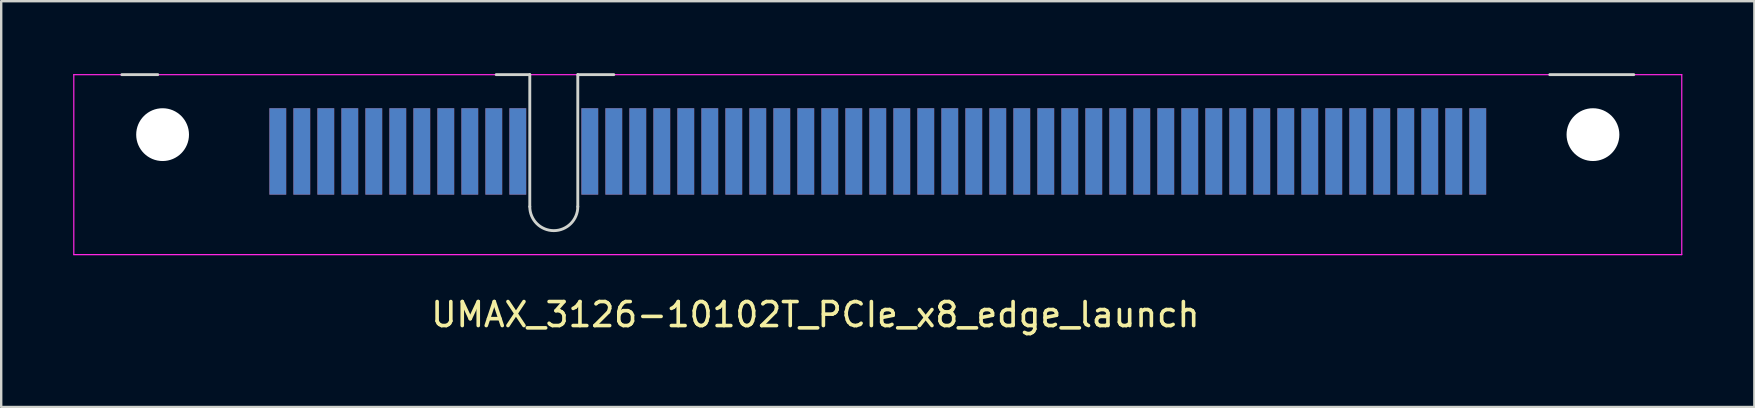
<source format=kicad_pcb>
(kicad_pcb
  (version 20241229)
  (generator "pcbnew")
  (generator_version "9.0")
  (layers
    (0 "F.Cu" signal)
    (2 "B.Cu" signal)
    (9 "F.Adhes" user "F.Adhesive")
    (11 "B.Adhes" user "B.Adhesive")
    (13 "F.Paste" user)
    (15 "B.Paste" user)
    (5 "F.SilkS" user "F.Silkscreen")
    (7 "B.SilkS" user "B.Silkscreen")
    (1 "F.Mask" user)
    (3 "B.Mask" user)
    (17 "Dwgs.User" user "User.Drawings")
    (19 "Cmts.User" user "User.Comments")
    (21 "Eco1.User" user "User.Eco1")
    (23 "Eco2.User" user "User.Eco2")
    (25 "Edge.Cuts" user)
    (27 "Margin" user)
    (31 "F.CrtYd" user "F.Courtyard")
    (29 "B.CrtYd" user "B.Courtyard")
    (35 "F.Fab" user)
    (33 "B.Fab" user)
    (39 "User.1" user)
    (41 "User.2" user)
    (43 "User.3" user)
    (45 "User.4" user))
  (footprint "UMAX_3126-10102T_PCIe_x8_edge_launch"
    (layer "F.Cu")
    (at 8.525 3.26)
    (property "Reference" "UMAX_3126-10102T_PCIe_x8_edge_launch" (at 22.4 6.8 0) (layer "F.SilkS") (effects (font (size 1 1) (thickness 0.15))))
    (attr through_hole)
    (fp_line (start -6.5 -3.2) (end -5 -3.2) (stroke (width 0.12) (type solid)) (layer "Edge.Cuts"))
    (fp_line (start 9.1 -3.2) (end 10.5 -3.2) (stroke (width 0.12) (type solid)) (layer "Edge.Cuts"))
    (fp_line (start 10.5 -3.2) (end 10.5 2.3) (stroke (width 0.12) (type solid)) (layer "Edge.Cuts"))
    (fp_line (start 12.5 -3.2) (end 14 -3.2) (stroke (width 0.12) (type solid)) (layer "Edge.Cuts"))
    (fp_line (start 12.5 2.3) (end 12.5 -3.2) (stroke (width 0.12) (type solid)) (layer "Edge.Cuts"))
    (fp_line (start 53 -3.2) (end 56.5 -3.2) (stroke (width 0.12) (type solid)) (layer "Edge.Cuts"))
    (fp_arc (start 12.5 2.3) (mid 11.5 3.3) (end 10.5 2.3) (stroke (width 0.12) (type solid)) (layer "Edge.Cuts"))
    (fp_line (start -8.5 -3.2) (end 58.5 -3.2) (stroke (width 0.05) (type solid)) (layer "F.CrtYd"))
    (fp_line (start -8.5 4.3) (end -8.5 -3.2) (stroke (width 0.05) (type solid)) (layer "F.CrtYd"))
    (fp_line (start 58.5 -3.2) (end 58.5 4.3) (stroke (width 0.05) (type solid)) (layer "F.CrtYd"))
    (fp_line (start 58.5 4.3) (end -8.5 4.3) (stroke (width 0.05) (type solid)) (layer "F.CrtYd"))
    (pad "" np_thru_hole circle (at -4.8 -0.7 180) (size 2.2 2.2) (drill 2.2) (layers "*.Cu" "*.Mask"))
    (pad "" np_thru_hole circle (at 54.8 -0.7) (size 2.2 2.2) (drill 2.2) (layers "*.Cu" "*.Mask"))
    (pad "A1" smd rect (at 0 0 180) (size 0.7 3.6) (layers "B.Cu" "B.Mask"))
    (pad "A2" smd rect (at 1 0 180) (size 0.7 3.6) (layers "B.Cu" "B.Mask"))
    (pad "A3" smd rect (at 2 0 180) (size 0.7 3.6) (layers "B.Cu" "B.Mask"))
    (pad "A4" smd rect (at 3 0 180) (size 0.7 3.6) (layers "B.Cu" "B.Mask"))
    (pad "A5" smd rect (at 4 0 180) (size 0.7 3.6) (layers "B.Cu" "B.Mask"))
    (pad "A6" smd rect (at 5 0 180) (size 0.7 3.6) (layers "B.Cu" "B.Mask"))
    (pad "A7" smd rect (at 6 0 180) (size 0.7 3.6) (layers "B.Cu" "B.Mask"))
    (pad "A8" smd rect (at 7 0 180) (size 0.7 3.6) (layers "B.Cu" "B.Mask"))
    (pad "A9" smd rect (at 8 0 180) (size 0.7 3.6) (layers "B.Cu" "B.Mask"))
    (pad "A10" smd rect (at 9 0 180) (size 0.7 3.6) (layers "B.Cu" "B.Mask"))
    (pad "A11" smd rect (at 10 0 180) (size 0.7 3.6) (layers "B.Cu" "B.Mask"))
    (pad "A12" smd rect (at 13 0 180) (size 0.7 3.6) (layers "B.Cu" "B.Mask"))
    (pad "A13" smd rect (at 14 0 180) (size 0.7 3.6) (layers "B.Cu" "B.Mask"))
    (pad "A14" smd rect (at 15 0 180) (size 0.7 3.6) (layers "B.Cu" "B.Mask"))
    (pad "A15" smd rect (at 16 0 180) (size 0.7 3.6) (layers "B.Cu" "B.Mask"))
    (pad "A16" smd rect (at 17 0 180) (size 0.7 3.6) (layers "B.Cu" "B.Mask"))
    (pad "A17" smd rect (at 18 0 180) (size 0.7 3.6) (layers "B.Cu" "B.Mask"))
    (pad "A18" smd rect (at 19 0 180) (size 0.7 3.6) (layers "B.Cu" "B.Mask"))
    (pad "A19" smd rect (at 20 0 180) (size 0.7 3.6) (layers "B.Cu" "B.Mask"))
    (pad "A20" smd rect (at 21 0 180) (size 0.7 3.6) (layers "B.Cu" "B.Mask"))
    (pad "A21" smd rect (at 22 0 180) (size 0.7 3.6) (layers "B.Cu" "B.Mask"))
    (pad "A22" smd rect (at 23 0 180) (size 0.7 3.6) (layers "B.Cu" "B.Mask"))
    (pad "A23" smd rect (at 24 0 180) (size 0.7 3.6) (layers "B.Cu" "B.Mask"))
    (pad "A24" smd rect (at 25 0 180) (size 0.7 3.6) (layers "B.Cu" "B.Mask"))
    (pad "A25" smd rect (at 26 0 180) (size 0.7 3.6) (layers "B.Cu" "B.Mask"))
    (pad "A26" smd rect (at 27 0 180) (size 0.7 3.6) (layers "B.Cu" "B.Mask"))
    (pad "A27" smd rect (at 28 0 180) (size 0.7 3.6) (layers "B.Cu" "B.Mask"))
    (pad "A28" smd rect (at 29 0 180) (size 0.7 3.6) (layers "B.Cu" "B.Mask"))
    (pad "A29" smd rect (at 30 0 180) (size 0.7 3.6) (layers "B.Cu" "B.Mask"))
    (pad "A30" smd rect (at 31 0 180) (size 0.7 3.6) (layers "B.Cu" "B.Mask"))
    (pad "A31" smd rect (at 32 0 180) (size 0.7 3.6) (layers "B.Cu" "B.Mask"))
    (pad "A32" smd rect (at 33 0 180) (size 0.7 3.6) (layers "B.Cu" "B.Mask"))
    (pad "A33" smd rect (at 34 0 180) (size 0.7 3.6) (layers "B.Cu" "B.Mask"))
    (pad "A34" smd rect (at 35 0 180) (size 0.7 3.6) (layers "B.Cu" "B.Mask"))
    (pad "A35" smd rect (at 36 0 180) (size 0.7 3.6) (layers "B.Cu" "B.Mask"))
    (pad "A36" smd rect (at 37 0 180) (size 0.7 3.6) (layers "B.Cu" "B.Mask"))
    (pad "A37" smd rect (at 38 0 180) (size 0.7 3.6) (layers "B.Cu" "B.Mask"))
    (pad "A38" smd rect (at 39 0 180) (size 0.7 3.6) (layers "B.Cu" "B.Mask"))
    (pad "A39" smd rect (at 40 0 180) (size 0.7 3.6) (layers "B.Cu" "B.Mask"))
    (pad "A40" smd rect (at 41 0 180) (size 0.7 3.6) (layers "B.Cu" "B.Mask"))
    (pad "A41" smd rect (at 42 0 180) (size 0.7 3.6) (layers "B.Cu" "B.Mask"))
    (pad "A42" smd rect (at 43 0 180) (size 0.7 3.6) (layers "B.Cu" "B.Mask"))
    (pad "A43" smd rect (at 44 0 180) (size 0.7 3.6) (layers "B.Cu" "B.Mask"))
    (pad "A44" smd rect (at 45 0 180) (size 0.7 3.6) (layers "B.Cu" "B.Mask"))
    (pad "A45" smd rect (at 46 0 180) (size 0.7 3.6) (layers "B.Cu" "B.Mask"))
    (pad "A46" smd rect (at 47 0 180) (size 0.7 3.6) (layers "B.Cu" "B.Mask"))
    (pad "A47" smd rect (at 48 0 180) (size 0.7 3.6) (layers "B.Cu" "B.Mask"))
    (pad "A48" smd rect (at 49 0 180) (size 0.7 3.6) (layers "B.Cu" "B.Mask"))
    (pad "A49" smd rect (at 50 0 180) (size 0.7 3.6) (layers "B.Cu" "B.Mask"))
    (pad "B1" smd rect (at 0 0 180) (size 0.7 3.6) (layers "F.Cu" "F.Mask"))
    (pad "B2" smd rect (at 1 0 180) (size 0.7 3.6) (layers "F.Cu" "F.Mask"))
    (pad "B3" smd rect (at 2 0 180) (size 0.7 3.6) (layers "F.Cu" "F.Mask"))
    (pad "B4" smd rect (at 3 0 180) (size 0.7 3.6) (layers "F.Cu" "F.Mask"))
    (pad "B5" smd rect (at 4 0 180) (size 0.7 3.6) (layers "F.Cu" "F.Mask"))
    (pad "B6" smd rect (at 5 0 180) (size 0.7 3.6) (layers "F.Cu" "F.Mask"))
    (pad "B7" smd rect (at 6 0 180) (size 0.7 3.6) (layers "F.Cu" "F.Mask"))
    (pad "B8" smd rect (at 7 0 180) (size 0.7 3.6) (layers "F.Cu" "F.Mask"))
    (pad "B9" smd rect (at 8 0 180) (size 0.7 3.6) (layers "F.Cu" "F.Mask"))
    (pad "B10" smd rect (at 9 0 180) (size 0.7 3.6) (layers "F.Cu" "F.Mask"))
    (pad "B11" smd rect (at 10 0 180) (size 0.7 3.6) (layers "F.Cu" "F.Mask"))
    (pad "B12" smd rect (at 13 0 180) (size 0.7 3.6) (layers "F.Cu" "F.Mask"))
    (pad "B13" smd rect (at 14 0 180) (size 0.7 3.6) (layers "F.Cu" "F.Mask"))
    (pad "B14" smd rect (at 15 0 180) (size 0.7 3.6) (layers "F.Cu" "F.Mask"))
    (pad "B15" smd rect (at 16 0 180) (size 0.7 3.6) (layers "F.Cu" "F.Mask"))
    (pad "B16" smd rect (at 17 0 180) (size 0.7 3.6) (layers "F.Cu" "F.Mask"))
    (pad "B17" smd rect (at 18 0 180) (size 0.7 3.6) (layers "F.Cu" "F.Mask"))
    (pad "B18" smd rect (at 19 0 180) (size 0.7 3.6) (layers "F.Cu" "F.Mask"))
    (pad "B19" smd rect (at 20 0 180) (size 0.7 3.6) (layers "F.Cu" "F.Mask"))
    (pad "B20" smd rect (at 21 0 180) (size 0.7 3.6) (layers "F.Cu" "F.Mask"))
    (pad "B21" smd rect (at 22 0 180) (size 0.7 3.6) (layers "F.Cu" "F.Mask"))
    (pad "B22" smd rect (at 23 0 180) (size 0.7 3.6) (layers "F.Cu" "F.Mask"))
    (pad "B23" smd rect (at 24 0 180) (size 0.7 3.6) (layers "F.Cu" "F.Mask"))
    (pad "B24" smd rect (at 25 0 180) (size 0.7 3.6) (layers "F.Cu" "F.Mask"))
    (pad "B25" smd rect (at 26 0 180) (size 0.7 3.6) (layers "F.Cu" "F.Mask"))
    (pad "B26" smd rect (at 27 0 180) (size 0.7 3.6) (layers "F.Cu" "F.Mask"))
    (pad "B27" smd rect (at 28 0 180) (size 0.7 3.6) (layers "F.Cu" "F.Mask"))
    (pad "B28" smd rect (at 29 0 180) (size 0.7 3.6) (layers "F.Cu" "F.Mask"))
    (pad "B29" smd rect (at 30 0 180) (size 0.7 3.6) (layers "F.Cu" "F.Mask"))
    (pad "B30" smd rect (at 31 0 180) (size 0.7 3.6) (layers "F.Cu" "F.Mask"))
    (pad "B31" smd rect (at 32 0 180) (size 0.7 3.6) (layers "F.Cu" "F.Mask"))
    (pad "B32" smd rect (at 33 0 180) (size 0.7 3.6) (layers "F.Cu" "F.Mask"))
    (pad "B33" smd rect (at 34 0 180) (size 0.7 3.6) (layers "F.Cu" "F.Mask"))
    (pad "B34" smd rect (at 35 0 180) (size 0.7 3.6) (layers "F.Cu" "F.Mask"))
    (pad "B35" smd rect (at 36 0 180) (size 0.7 3.6) (layers "F.Cu" "F.Mask"))
    (pad "B36" smd rect (at 37 0 180) (size 0.7 3.6) (layers "F.Cu" "F.Mask"))
    (pad "B37" smd rect (at 38 0 180) (size 0.7 3.6) (layers "F.Cu" "F.Mask"))
    (pad "B38" smd rect (at 39 0 180) (size 0.7 3.6) (layers "F.Cu" "F.Mask"))
    (pad "B39" smd rect (at 40 0 180) (size 0.7 3.6) (layers "F.Cu" "F.Mask"))
    (pad "B40" smd rect (at 41 0 180) (size 0.7 3.6) (layers "F.Cu" "F.Mask"))
    (pad "B41" smd rect (at 42 0 180) (size 0.7 3.6) (layers "F.Cu" "F.Mask"))
    (pad "B42" smd rect (at 43 0 180) (size 0.7 3.6) (layers "F.Cu" "F.Mask"))
    (pad "B43" smd rect (at 44 0 180) (size 0.7 3.6) (layers "F.Cu" "F.Mask"))
    (pad "B44" smd rect (at 45 0 180) (size 0.7 3.6) (layers "F.Cu" "F.Mask"))
    (pad "B45" smd rect (at 46 0 180) (size 0.7 3.6) (layers "F.Cu" "F.Mask"))
    (pad "B46" smd rect (at 47 0 180) (size 0.7 3.6) (layers "F.Cu" "F.Mask"))
    (pad "B47" smd rect (at 48 0 180) (size 0.7 3.6) (layers "F.Cu" "F.Mask"))
    (pad "B48" smd rect (at 49 0 180) (size 0.7 3.6) (layers "F.Cu" "F.Mask"))
    (pad "B49" smd rect (at 50 0 180) (size 0.7 3.6) (layers "F.Cu" "F.Mask")))
  (gr_rect
    (start -3 -3)
    (end 70.05 13.908)
    (stroke (width 0.1) (type default))
    (fill no)
    (layer "Edge.Cuts")))
</source>
